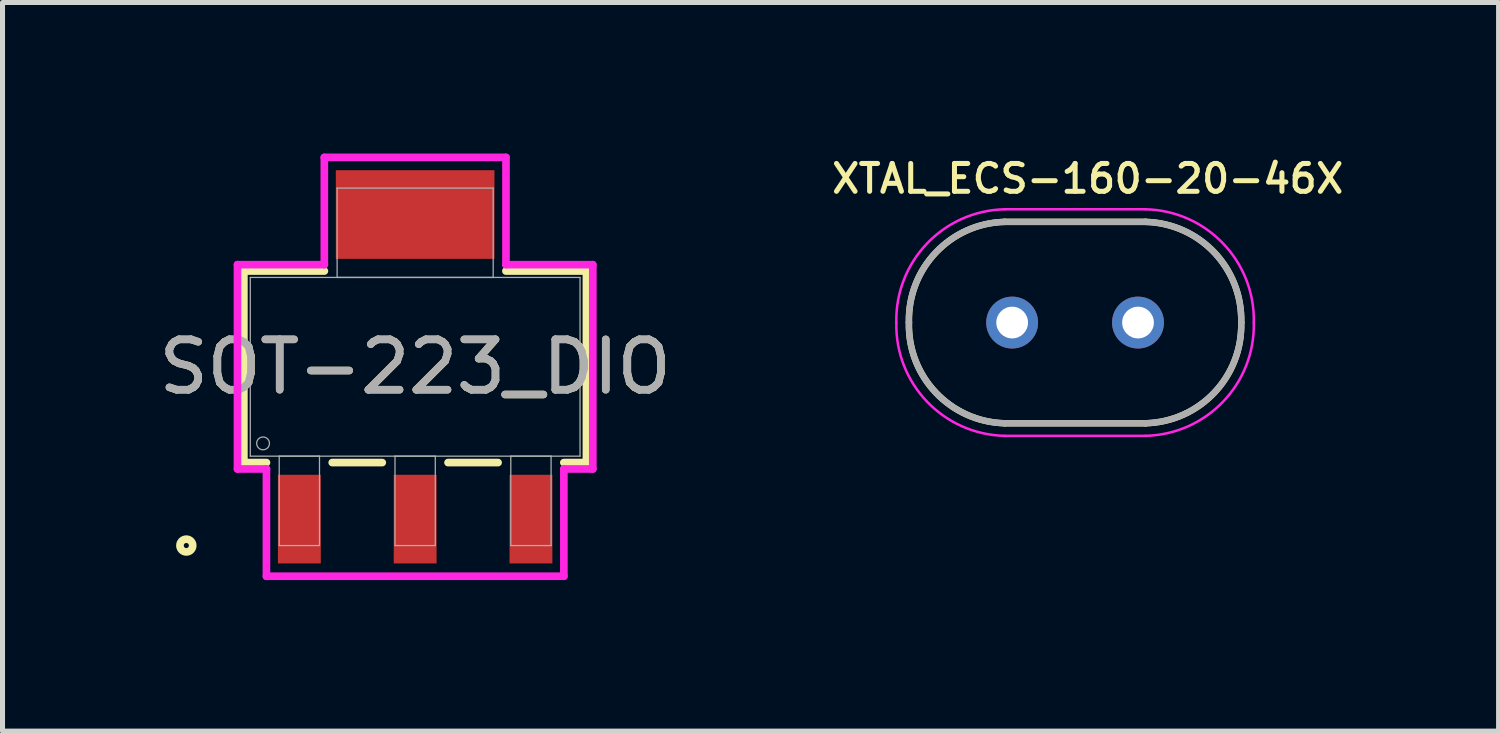
<source format=kicad_pcb>
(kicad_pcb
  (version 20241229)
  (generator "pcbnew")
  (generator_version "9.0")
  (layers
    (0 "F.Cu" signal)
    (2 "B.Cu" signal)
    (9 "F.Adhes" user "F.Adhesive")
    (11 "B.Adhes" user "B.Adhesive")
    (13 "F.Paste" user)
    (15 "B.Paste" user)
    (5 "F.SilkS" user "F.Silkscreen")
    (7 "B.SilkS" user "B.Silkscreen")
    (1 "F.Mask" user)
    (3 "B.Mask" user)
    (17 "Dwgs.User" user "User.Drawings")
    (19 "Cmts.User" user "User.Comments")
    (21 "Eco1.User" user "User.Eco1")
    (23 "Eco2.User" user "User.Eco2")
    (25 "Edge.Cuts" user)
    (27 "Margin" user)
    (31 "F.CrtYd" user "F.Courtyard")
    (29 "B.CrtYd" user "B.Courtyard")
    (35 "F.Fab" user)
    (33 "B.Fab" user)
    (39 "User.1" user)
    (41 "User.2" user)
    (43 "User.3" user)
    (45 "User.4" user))
  (footprint "XTAL_ECS-160-20-46X"
    (layer "F.Cu")
    (at 18.304 3.357)
    (property "Reference" "XTAL_ECS-160-20-46X" (at 0.251 -2.858 0) (layer "F.SilkS") (effects (font (size 0.553 0.553) (thickness 0.1) (bold yes))))
    (attr through_hole)
    (fp_line (start -1.4 2) (end 1.4 2) (stroke (width 0.127) (type solid)) (layer "F.SilkS"))
    (fp_line (start 1.4 -2) (end -1.4 -2) (stroke (width 0.127) (type solid)) (layer "F.SilkS"))
    (fp_arc (start -3.3 0) (mid -2.764214 -1.393503) (end -1.4 -2) (stroke (width 0.127) (type solid)) (layer "F.SilkS"))
    (fp_arc (start -1.4 2) (mid -2.764214 1.393503) (end -3.3 0) (stroke (width 0.127) (type solid)) (layer "F.SilkS"))
    (fp_arc (start 1.4 -2) (mid 2.764214 -1.393503) (end 3.3 0) (stroke (width 0.127) (type solid)) (layer "F.SilkS"))
    (fp_arc (start 3.3 0) (mid 2.764214 1.393503) (end 1.4 2) (stroke (width 0.127) (type solid)) (layer "F.SilkS"))
    (fp_line (start -1.4 2.25) (end 1.4 2.25) (stroke (width 0.05) (type solid)) (layer "F.CrtYd"))
    (fp_line (start 1.4 -2.25) (end -1.4 -2.25) (stroke (width 0.05) (type solid)) (layer "F.CrtYd"))
    (fp_arc (start -3.55 0) (mid -2.94099 -1.57028) (end -1.4 -2.25) (stroke (width 0.05) (type solid)) (layer "F.CrtYd"))
    (fp_arc (start -1.4 2.25) (mid -2.94099 1.57028) (end -3.55 0) (stroke (width 0.05) (type solid)) (layer "F.CrtYd"))
    (fp_arc (start 1.4 -2.25) (mid 2.94099 -1.57028) (end 3.55 0) (stroke (width 0.05) (type solid)) (layer "F.CrtYd"))
    (fp_arc (start 3.55 0) (mid 2.94099 1.57028) (end 1.4 2.25) (stroke (width 0.05) (type solid)) (layer "F.CrtYd"))
    (fp_line (start -1.4 2) (end 1.4 2) (stroke (width 0.127) (type solid)) (layer "F.Fab"))
    (fp_line (start 1.4 -2) (end -1.4 -2) (stroke (width 0.127) (type solid)) (layer "F.Fab"))
    (fp_arc (start -3.3 0) (mid -2.764214 -1.393503) (end -1.4 -2) (stroke (width 0.127) (type solid)) (layer "F.Fab"))
    (fp_arc (start -1.4 2) (mid -2.764214 1.393503) (end -3.3 0) (stroke (width 0.127) (type solid)) (layer "F.Fab"))
    (fp_arc (start 1.4 -2) (mid 2.764214 -1.393503) (end 3.3 0) (stroke (width 0.127) (type solid)) (layer "F.Fab"))
    (fp_arc (start 3.3 0) (mid 2.764214 1.393503) (end 1.4 2) (stroke (width 0.127) (type solid)) (layer "F.Fab"))
    (pad "1" thru_hole circle (at -1.25 0) (size 1.03 1.03) (drill 0.63) (layers "*.Cu" "*.Mask"))
    (pad "2" thru_hole circle (at 1.25 0) (size 1.03 1.03) (drill 0.63) (layers "*.Cu" "*.Mask")))
  (footprint "SOT-223_DIO"
    (layer "F.Cu")
    (at 5.196 4.236)
    (property "Reference" "SOT-223_DIO" (at 0 0 0) (unlocked yes) (layer "F.SilkS") (effects (font (size 1 1) (thickness 0.15))))
    (attr smd)
    (fp_line (start -3.402 -1.902) (end -3.402 1.902) (stroke (width 0.152) (type solid)) (layer "F.SilkS"))
    (fp_line (start -3.402 1.902) (end -2.953 1.902) (stroke (width 0.152) (type solid)) (layer "F.SilkS"))
    (fp_line (start -1.803 -1.902) (end -3.402 -1.902) (stroke (width 0.152) (type solid)) (layer "F.SilkS"))
    (fp_line (start -1.647 1.902) (end -0.653 1.902) (stroke (width 0.152) (type solid)) (layer "F.SilkS"))
    (fp_line (start 0.653 1.902) (end 1.647 1.902) (stroke (width 0.152) (type solid)) (layer "F.SilkS"))
    (fp_line (start 2.953 1.902) (end 3.402 1.902) (stroke (width 0.152) (type solid)) (layer "F.SilkS"))
    (fp_line (start 3.402 -1.902) (end 1.803 -1.902) (stroke (width 0.152) (type solid)) (layer "F.SilkS"))
    (fp_line (start 3.402 1.902) (end 3.402 -1.902) (stroke (width 0.152) (type solid)) (layer "F.SilkS"))
    (fp_circle (center -4.545 3.55) (end -4.418 3.55) (stroke (width 0.152) (type solid)) (fill no) (layer "F.SilkS"))
    (fp_line (start -3.529 -2.029) (end -1.804 -2.029) (stroke (width 0.152) (type solid)) (layer "F.CrtYd"))
    (fp_line (start -3.529 2.029) (end -3.529 -2.029) (stroke (width 0.152) (type solid)) (layer "F.CrtYd"))
    (fp_line (start -2.954 2.029) (end -3.529 2.029) (stroke (width 0.152) (type solid)) (layer "F.CrtYd"))
    (fp_line (start -2.954 4.16) (end -2.954 2.029) (stroke (width 0.152) (type solid)) (layer "F.CrtYd"))
    (fp_line (start -1.804 -4.16) (end 1.804 -4.16) (stroke (width 0.152) (type solid)) (layer "F.CrtYd"))
    (fp_line (start -1.804 -2.029) (end -1.804 -4.16) (stroke (width 0.152) (type solid)) (layer "F.CrtYd"))
    (fp_line (start 1.804 -4.16) (end 1.804 -2.029) (stroke (width 0.152) (type solid)) (layer "F.CrtYd"))
    (fp_line (start 1.804 -2.029) (end 3.529 -2.029) (stroke (width 0.152) (type solid)) (layer "F.CrtYd"))
    (fp_line (start 2.954 2.029) (end 2.954 4.16) (stroke (width 0.152) (type solid)) (layer "F.CrtYd"))
    (fp_line (start 2.954 4.16) (end -2.954 4.16) (stroke (width 0.152) (type solid)) (layer "F.CrtYd"))
    (fp_line (start 3.529 -2.029) (end 3.529 2.029) (stroke (width 0.152) (type solid)) (layer "F.CrtYd"))
    (fp_line (start 3.529 2.029) (end 2.954 2.029) (stroke (width 0.152) (type solid)) (layer "F.CrtYd"))
    (fp_line (start -3.275 -1.775) (end -3.275 1.775) (stroke (width 0.025) (type solid)) (layer "F.Fab"))
    (fp_line (start -3.275 1.775) (end 3.275 1.775) (stroke (width 0.025) (type solid)) (layer "F.Fab"))
    (fp_line (start -2.7 1.775) (end -2.7 3.55) (stroke (width 0.025) (type solid)) (layer "F.Fab"))
    (fp_line (start -2.7 3.55) (end -1.9 3.55) (stroke (width 0.025) (type solid)) (layer "F.Fab"))
    (fp_line (start -1.9 1.775) (end -2.7 1.775) (stroke (width 0.025) (type solid)) (layer "F.Fab"))
    (fp_line (start -1.9 3.55) (end -1.9 1.775) (stroke (width 0.025) (type solid)) (layer "F.Fab"))
    (fp_line (start -1.55 -3.55) (end -1.55 -1.775) (stroke (width 0.025) (type solid)) (layer "F.Fab"))
    (fp_line (start -1.55 -1.775) (end 1.55 -1.775) (stroke (width 0.025) (type solid)) (layer "F.Fab"))
    (fp_line (start -0.4 1.775) (end -0.4 3.55) (stroke (width 0.025) (type solid)) (layer "F.Fab"))
    (fp_line (start -0.4 3.55) (end 0.4 3.55) (stroke (width 0.025) (type solid)) (layer "F.Fab"))
    (fp_line (start 0.4 1.775) (end -0.4 1.775) (stroke (width 0.025) (type solid)) (layer "F.Fab"))
    (fp_line (start 0.4 3.55) (end 0.4 1.775) (stroke (width 0.025) (type solid)) (layer "F.Fab"))
    (fp_line (start 1.55 -3.55) (end -1.55 -3.55) (stroke (width 0.025) (type solid)) (layer "F.Fab"))
    (fp_line (start 1.55 -1.775) (end 1.55 -3.55) (stroke (width 0.025) (type solid)) (layer "F.Fab"))
    (fp_line (start 1.9 1.775) (end 1.9 3.55) (stroke (width 0.025) (type solid)) (layer "F.Fab"))
    (fp_line (start 1.9 3.55) (end 2.7 3.55) (stroke (width 0.025) (type solid)) (layer "F.Fab"))
    (fp_line (start 2.7 1.775) (end 1.9 1.775) (stroke (width 0.025) (type solid)) (layer "F.Fab"))
    (fp_line (start 2.7 3.55) (end 2.7 1.775) (stroke (width 0.025) (type solid)) (layer "F.Fab"))
    (fp_line (start 3.275 -1.775) (end -3.275 -1.775) (stroke (width 0.025) (type solid)) (layer "F.Fab"))
    (fp_line (start 3.275 1.775) (end 3.275 -1.775) (stroke (width 0.025) (type solid)) (layer "F.Fab"))
    (fp_circle (center -3.021 1.521) (end -2.894 1.521) (stroke (width 0.025) (type solid)) (fill no) (layer "F.Fab"))
    (fp_text user "${REFERENCE}" (at 0 0 0) (unlocked yes) (layer "F.Fab") (effects (font (size 1 1) (thickness 0.15))))
    (pad "1" smd rect (at -2.3 3.025) (size 0.851 1.761) (layers "F.Cu" "F.Mask" "F.Paste"))
    (pad "2" smd rect (at 0 3.025) (size 0.851 1.761) (layers "F.Cu" "F.Mask" "F.Paste"))
    (pad "3" smd rect (at 2.3 3.025) (size 0.851 1.761) (layers "F.Cu" "F.Mask" "F.Paste"))
    (pad "4" smd rect (at 0 -3.025) (size 3.151 1.761) (layers "F.Cu" "F.Mask" "F.Paste")))
  (gr_rect
    (start -3 -3)
    (end 26.716 11.472)
    (stroke (width 0.1) (type default))
    (fill no)
    (layer "Edge.Cuts")))
</source>
